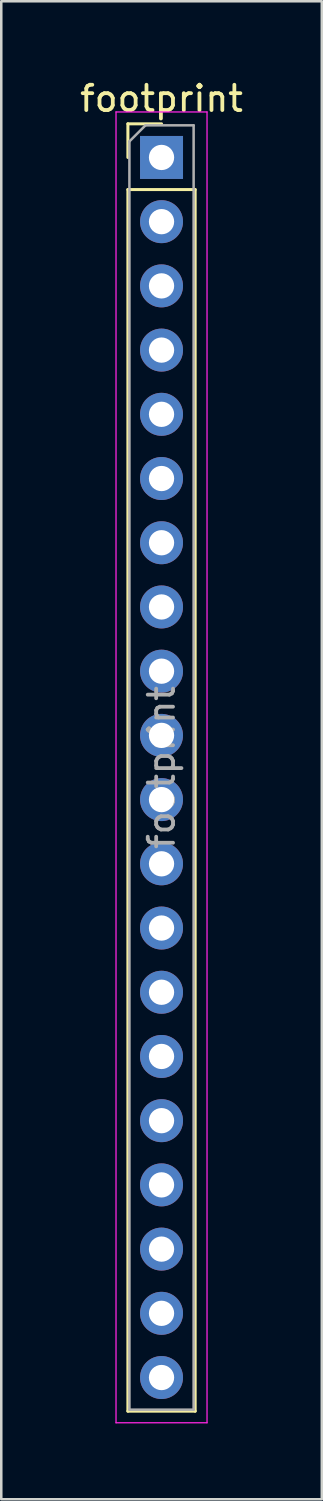
<source format=kicad_pcb>
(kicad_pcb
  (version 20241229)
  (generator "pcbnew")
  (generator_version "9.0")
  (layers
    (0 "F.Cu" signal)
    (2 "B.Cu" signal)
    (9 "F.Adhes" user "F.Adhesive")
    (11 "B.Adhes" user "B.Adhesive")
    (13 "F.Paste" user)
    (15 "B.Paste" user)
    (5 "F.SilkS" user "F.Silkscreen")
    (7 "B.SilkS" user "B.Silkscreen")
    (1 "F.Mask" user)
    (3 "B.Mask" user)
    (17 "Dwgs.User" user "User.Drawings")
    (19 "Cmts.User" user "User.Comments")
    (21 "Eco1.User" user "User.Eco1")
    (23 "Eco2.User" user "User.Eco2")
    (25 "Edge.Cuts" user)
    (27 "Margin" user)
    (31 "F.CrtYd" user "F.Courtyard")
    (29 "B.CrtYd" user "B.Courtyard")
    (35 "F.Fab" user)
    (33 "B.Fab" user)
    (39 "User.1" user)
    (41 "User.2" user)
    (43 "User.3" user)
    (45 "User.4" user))
  (footprint "footprint"
    (layer "F.Cu")
    (at 3.339 3.178)
    (property "Reference" "footprint" (at 0 -2.33 0) (layer "F.SilkS") (effects (font (size 1 1) (thickness 0.15))))
    (attr through_hole)
    (fp_line (start -1.33 -1.33) (end 0 -1.33) (stroke (width 0.12) (type solid)) (layer "F.SilkS"))
    (fp_line (start -1.33 0) (end -1.33 -1.33) (stroke (width 0.12) (type solid)) (layer "F.SilkS"))
    (fp_line (start -1.33 1.27) (end -1.33 49.59) (stroke (width 0.12) (type solid)) (layer "F.SilkS"))
    (fp_line (start -1.33 1.27) (end 1.33 1.27) (stroke (width 0.12) (type solid)) (layer "F.SilkS"))
    (fp_line (start -1.33 49.59) (end 1.33 49.59) (stroke (width 0.12) (type solid)) (layer "F.SilkS"))
    (fp_line (start 1.33 1.27) (end 1.33 49.59) (stroke (width 0.12) (type solid)) (layer "F.SilkS"))
    (fp_line (start -1.8 -1.8) (end -1.8 50.05) (stroke (width 0.05) (type solid)) (layer "F.CrtYd"))
    (fp_line (start -1.8 50.05) (end 1.8 50.05) (stroke (width 0.05) (type solid)) (layer "F.CrtYd"))
    (fp_line (start 1.8 -1.8) (end -1.8 -1.8) (stroke (width 0.05) (type solid)) (layer "F.CrtYd"))
    (fp_line (start 1.8 50.05) (end 1.8 -1.8) (stroke (width 0.05) (type solid)) (layer "F.CrtYd"))
    (fp_line (start -1.27 -0.635) (end -0.635 -1.27) (stroke (width 0.1) (type solid)) (layer "F.Fab"))
    (fp_line (start -1.27 49.53) (end -1.27 -0.635) (stroke (width 0.1) (type solid)) (layer "F.Fab"))
    (fp_line (start -0.635 -1.27) (end 1.27 -1.27) (stroke (width 0.1) (type solid)) (layer "F.Fab"))
    (fp_line (start 1.27 -1.27) (end 1.27 49.53) (stroke (width 0.1) (type solid)) (layer "F.Fab"))
    (fp_line (start 1.27 49.53) (end -1.27 49.53) (stroke (width 0.1) (type solid)) (layer "F.Fab"))
    (fp_text user "${REFERENCE}" (at 0 24.13 90) (layer "F.Fab") (effects (font (size 1 1) (thickness 0.15))))
    (pad "1" thru_hole rect (at 0 0) (size 1.7 1.7) (drill 1) (layers "*.Cu" "*.Mask"))
    (pad "2" thru_hole oval (at 0 2.54) (size 1.7 1.7) (drill 1) (layers "*.Cu" "*.Mask"))
    (pad "3" thru_hole oval (at 0 5.08) (size 1.7 1.7) (drill 1) (layers "*.Cu" "*.Mask"))
    (pad "4" thru_hole oval (at 0 7.62) (size 1.7 1.7) (drill 1) (layers "*.Cu" "*.Mask"))
    (pad "5" thru_hole oval (at 0 10.16) (size 1.7 1.7) (drill 1) (layers "*.Cu" "*.Mask"))
    (pad "6" thru_hole oval (at 0 12.7) (size 1.7 1.7) (drill 1) (layers "*.Cu" "*.Mask"))
    (pad "7" thru_hole oval (at 0 15.24) (size 1.7 1.7) (drill 1) (layers "*.Cu" "*.Mask"))
    (pad "8" thru_hole oval (at 0 17.78) (size 1.7 1.7) (drill 1) (layers "*.Cu" "*.Mask"))
    (pad "9" thru_hole oval (at 0 20.32) (size 1.7 1.7) (drill 1) (layers "*.Cu" "*.Mask"))
    (pad "10" thru_hole oval (at 0 22.86) (size 1.7 1.7) (drill 1) (layers "*.Cu" "*.Mask"))
    (pad "11" thru_hole oval (at 0 25.4) (size 1.7 1.7) (drill 1) (layers "*.Cu" "*.Mask"))
    (pad "12" thru_hole oval (at 0 27.94) (size 1.7 1.7) (drill 1) (layers "*.Cu" "*.Mask"))
    (pad "13" thru_hole oval (at 0 30.48) (size 1.7 1.7) (drill 1) (layers "*.Cu" "*.Mask"))
    (pad "14" thru_hole oval (at 0 33.02) (size 1.7 1.7) (drill 1) (layers "*.Cu" "*.Mask"))
    (pad "15" thru_hole oval (at 0 35.56) (size 1.7 1.7) (drill 1) (layers "*.Cu" "*.Mask"))
    (pad "16" thru_hole oval (at 0 38.1) (size 1.7 1.7) (drill 1) (layers "*.Cu" "*.Mask"))
    (pad "17" thru_hole oval (at 0 40.64) (size 1.7 1.7) (drill 1) (layers "*.Cu" "*.Mask"))
    (pad "18" thru_hole oval (at 0 43.18) (size 1.7 1.7) (drill 1) (layers "*.Cu" "*.Mask"))
    (pad "19" thru_hole oval (at 0 45.72) (size 1.7 1.7) (drill 1) (layers "*.Cu" "*.Mask"))
    (pad "20" thru_hole oval (at 0 48.26) (size 1.7 1.7) (drill 1) (layers "*.Cu" "*.Mask")))
  (gr_rect
    (start -3 -3)
    (end 9.679 56.253)
    (stroke (width 0.1) (type default))
    (fill no)
    (layer "Edge.Cuts")))
</source>
